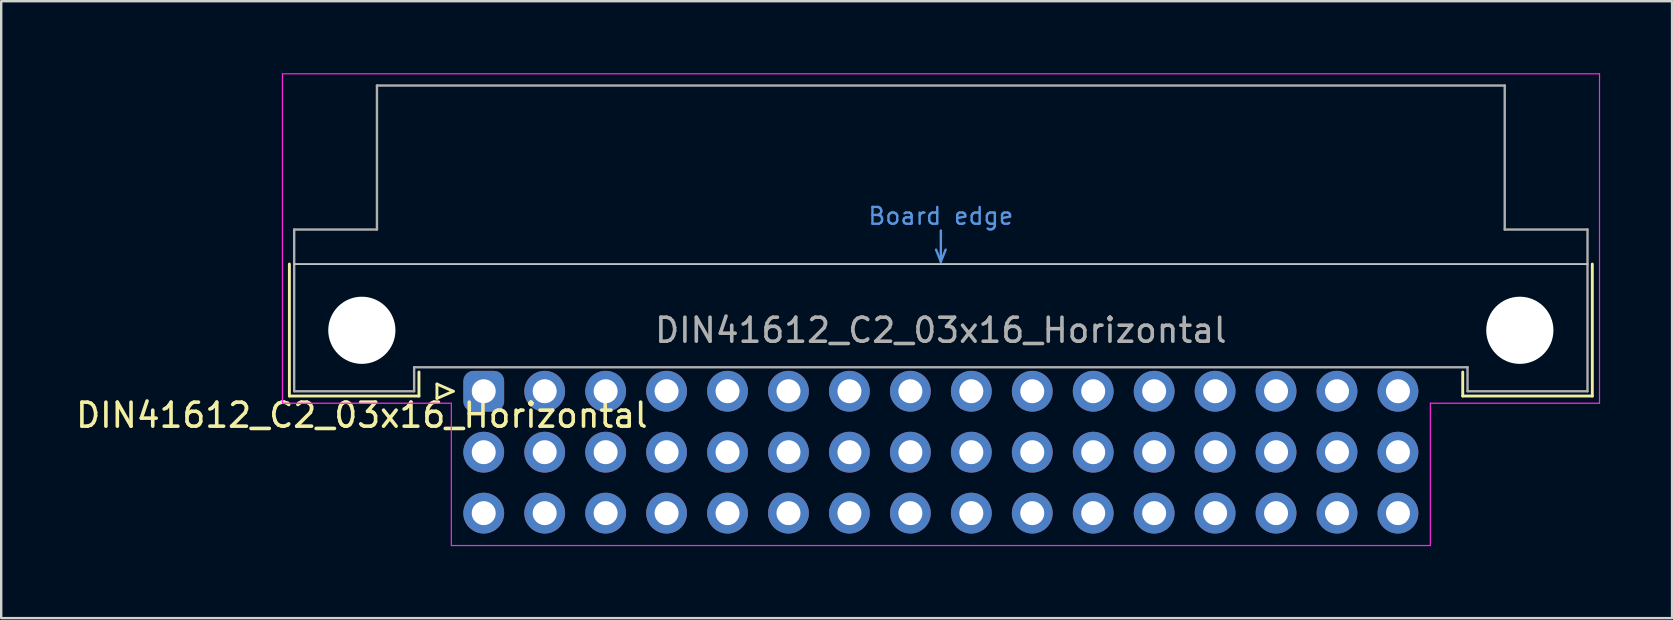
<source format=kicad_pcb>
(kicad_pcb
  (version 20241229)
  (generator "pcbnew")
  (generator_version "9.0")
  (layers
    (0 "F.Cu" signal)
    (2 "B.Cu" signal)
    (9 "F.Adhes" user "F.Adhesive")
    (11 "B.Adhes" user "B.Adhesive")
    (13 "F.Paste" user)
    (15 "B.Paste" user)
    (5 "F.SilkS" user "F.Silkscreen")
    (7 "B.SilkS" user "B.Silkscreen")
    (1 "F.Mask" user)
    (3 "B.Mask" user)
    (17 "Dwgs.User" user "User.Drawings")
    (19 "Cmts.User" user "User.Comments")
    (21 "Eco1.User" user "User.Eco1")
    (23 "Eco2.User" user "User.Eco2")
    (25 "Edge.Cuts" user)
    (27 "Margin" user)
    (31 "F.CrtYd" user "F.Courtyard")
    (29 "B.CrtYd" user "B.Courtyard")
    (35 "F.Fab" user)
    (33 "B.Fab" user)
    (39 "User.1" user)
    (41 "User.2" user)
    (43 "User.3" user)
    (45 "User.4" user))
  (footprint "DIN41612_C2_03x16_Horizontal"
    (layer "F.Cu")
    (at 17.11 13.255)
    (property "Reference" "DIN41612_C2_03x16_Horizontal" (at -5.08 1 0) (layer "F.SilkS") (effects (font (size 1 1) (thickness 0.15))))
    (attr through_hole)
    (fp_line (start -8.1 -5.3) (end -8.1 0.2) (stroke (width 0.12) (type solid)) (layer "F.SilkS"))
    (fp_line (start -8.1 0.2) (end -2.7 0.2) (stroke (width 0.12) (type solid)) (layer "F.SilkS"))
    (fp_line (start -2.7 0.2) (end -2.7 -0.8) (stroke (width 0.12) (type solid)) (layer "F.SilkS"))
    (fp_line (start -1.95 -0.3) (end -1.95 0.3) (stroke (width 0.12) (type solid)) (layer "F.SilkS"))
    (fp_line (start -1.95 0.3) (end -1.27 0) (stroke (width 0.12) (type solid)) (layer "F.SilkS"))
    (fp_line (start -1.27 0) (end -1.95 -0.3) (stroke (width 0.12) (type solid)) (layer "F.SilkS"))
    (fp_line (start 40.8 0.2) (end 40.8 -0.8) (stroke (width 0.12) (type solid)) (layer "F.SilkS"))
    (fp_line (start 46.2 -5.3) (end 46.2 0.2) (stroke (width 0.12) (type solid)) (layer "F.SilkS"))
    (fp_line (start 46.2 0.2) (end 40.8 0.2) (stroke (width 0.12) (type solid)) (layer "F.SilkS"))
    (fp_line (start -7.9 -5.3) (end 46 -5.3) (stroke (width 0.08) (type solid)) (layer "Dwgs.User"))
    (fp_line (start 18.85 -5.9) (end 19.05 -5.4) (stroke (width 0.1) (type solid)) (layer "Cmts.User"))
    (fp_line (start 19.05 -5.4) (end 19.05 -6.7) (stroke (width 0.1) (type solid)) (layer "Cmts.User"))
    (fp_line (start 19.05 -5.4) (end 19.25 -5.9) (stroke (width 0.1) (type solid)) (layer "Cmts.User"))
    (fp_line (start -8.39 -13.23) (end -8.39 0.5) (stroke (width 0.05) (type solid)) (layer "F.CrtYd"))
    (fp_line (start -8.39 0.5) (end -1.35 0.5) (stroke (width 0.05) (type solid)) (layer "F.CrtYd"))
    (fp_line (start -1.35 0.5) (end -1.35 6.43) (stroke (width 0.05) (type solid)) (layer "F.CrtYd"))
    (fp_line (start -1.35 6.43) (end 39.45 6.43) (stroke (width 0.05) (type solid)) (layer "F.CrtYd"))
    (fp_line (start 39.45 0.5) (end 46.5 0.5) (stroke (width 0.05) (type solid)) (layer "F.CrtYd"))
    (fp_line (start 39.45 6.43) (end 39.45 0.5) (stroke (width 0.05) (type solid)) (layer "F.CrtYd"))
    (fp_line (start 46.5 -13.23) (end -8.39 -13.23) (stroke (width 0.05) (type solid)) (layer "F.CrtYd"))
    (fp_line (start 46.5 0.5) (end 46.5 -13.23) (stroke (width 0.05) (type solid)) (layer "F.CrtYd"))
    (fp_line (start -7.9 -6.74) (end -7.9 0) (stroke (width 0.1) (type solid)) (layer "F.Fab"))
    (fp_line (start -7.9 0) (end -2.9 0) (stroke (width 0.1) (type solid)) (layer "F.Fab"))
    (fp_line (start -4.45 -12.74) (end -4.45 -6.74) (stroke (width 0.1) (type solid)) (layer "F.Fab"))
    (fp_line (start -4.45 -6.74) (end -7.9 -6.74) (stroke (width 0.1) (type solid)) (layer "F.Fab"))
    (fp_line (start -2.9 -1) (end 41 -1) (stroke (width 0.1) (type solid)) (layer "F.Fab"))
    (fp_line (start -2.9 0) (end -2.9 -1) (stroke (width 0.1) (type solid)) (layer "F.Fab"))
    (fp_line (start 41 -1) (end 41 0) (stroke (width 0.1) (type solid)) (layer "F.Fab"))
    (fp_line (start 41 0) (end 46 0) (stroke (width 0.1) (type solid)) (layer "F.Fab"))
    (fp_line (start 42.55 -12.74) (end -4.45 -12.74) (stroke (width 0.1) (type solid)) (layer "F.Fab"))
    (fp_line (start 42.55 -6.74) (end 42.55 -12.74) (stroke (width 0.1) (type solid)) (layer "F.Fab"))
    (fp_line (start 46 -6.74) (end 42.55 -6.74) (stroke (width 0.1) (type solid)) (layer "F.Fab"))
    (fp_line (start 46 0) (end 46 -6.74) (stroke (width 0.1) (type solid)) (layer "F.Fab"))
    (fp_text user "Board edge" (at 19.05 -7.3 0) (layer "Cmts.User") (effects (font (size 0.7 0.7) (thickness 0.1))))
    (fp_text user "${REFERENCE}" (at 19.05 -2.54 0) (layer "F.Fab") (effects (font (size 1 1) (thickness 0.15))))
    (pad "" np_thru_hole circle (at -5.08 -2.54) (size 2.8 2.8) (drill 2.8) (layers "*.Cu" "*.Mask"))
    (pad "" np_thru_hole circle (at 43.18 -2.54) (size 2.8 2.8) (drill 2.8) (layers "*.Cu" "*.Mask"))
    (pad "a1" thru_hole roundrect (at 0 0) (size 1.7 1.7) (drill 1) (layers "*.Cu" "*.Mask") (roundrect_rratio 0.25))
    (pad "a2" thru_hole circle (at 2.54 0) (size 1.7 1.7) (drill 1) (layers "*.Cu" "*.Mask"))
    (pad "a3" thru_hole circle (at 5.08 0) (size 1.7 1.7) (drill 1) (layers "*.Cu" "*.Mask"))
    (pad "a4" thru_hole circle (at 7.62 0) (size 1.7 1.7) (drill 1) (layers "*.Cu" "*.Mask"))
    (pad "a5" thru_hole circle (at 10.16 0) (size 1.7 1.7) (drill 1) (layers "*.Cu" "*.Mask"))
    (pad "a6" thru_hole circle (at 12.7 0) (size 1.7 1.7) (drill 1) (layers "*.Cu" "*.Mask"))
    (pad "a7" thru_hole circle (at 15.24 0) (size 1.7 1.7) (drill 1) (layers "*.Cu" "*.Mask"))
    (pad "a8" thru_hole circle (at 17.78 0) (size 1.7 1.7) (drill 1) (layers "*.Cu" "*.Mask"))
    (pad "a9" thru_hole circle (at 20.32 0) (size 1.7 1.7) (drill 1) (layers "*.Cu" "*.Mask"))
    (pad "a10" thru_hole circle (at 22.86 0) (size 1.7 1.7) (drill 1) (layers "*.Cu" "*.Mask"))
    (pad "a11" thru_hole circle (at 25.4 0) (size 1.7 1.7) (drill 1) (layers "*.Cu" "*.Mask"))
    (pad "a12" thru_hole circle (at 27.94 0) (size 1.7 1.7) (drill 1) (layers "*.Cu" "*.Mask"))
    (pad "a13" thru_hole circle (at 30.48 0) (size 1.7 1.7) (drill 1) (layers "*.Cu" "*.Mask"))
    (pad "a14" thru_hole circle (at 33.02 0) (size 1.7 1.7) (drill 1) (layers "*.Cu" "*.Mask"))
    (pad "a15" thru_hole circle (at 35.56 0) (size 1.7 1.7) (drill 1) (layers "*.Cu" "*.Mask"))
    (pad "a16" thru_hole circle (at 38.1 0) (size 1.7 1.7) (drill 1) (layers "*.Cu" "*.Mask"))
    (pad "b1" thru_hole circle (at 0 2.54) (size 1.7 1.7) (drill 1) (layers "*.Cu" "*.Mask"))
    (pad "b2" thru_hole circle (at 2.54 2.54) (size 1.7 1.7) (drill 1) (layers "*.Cu" "*.Mask"))
    (pad "b3" thru_hole circle (at 5.08 2.54) (size 1.7 1.7) (drill 1) (layers "*.Cu" "*.Mask"))
    (pad "b4" thru_hole circle (at 7.62 2.54) (size 1.7 1.7) (drill 1) (layers "*.Cu" "*.Mask"))
    (pad "b5" thru_hole circle (at 10.16 2.54) (size 1.7 1.7) (drill 1) (layers "*.Cu" "*.Mask"))
    (pad "b6" thru_hole circle (at 12.7 2.54) (size 1.7 1.7) (drill 1) (layers "*.Cu" "*.Mask"))
    (pad "b7" thru_hole circle (at 15.24 2.54) (size 1.7 1.7) (drill 1) (layers "*.Cu" "*.Mask"))
    (pad "b8" thru_hole circle (at 17.78 2.54) (size 1.7 1.7) (drill 1) (layers "*.Cu" "*.Mask"))
    (pad "b9" thru_hole circle (at 20.32 2.54) (size 1.7 1.7) (drill 1) (layers "*.Cu" "*.Mask"))
    (pad "b10" thru_hole circle (at 22.86 2.54) (size 1.7 1.7) (drill 1) (layers "*.Cu" "*.Mask"))
    (pad "b11" thru_hole circle (at 25.4 2.54) (size 1.7 1.7) (drill 1) (layers "*.Cu" "*.Mask"))
    (pad "b12" thru_hole circle (at 27.94 2.54) (size 1.7 1.7) (drill 1) (layers "*.Cu" "*.Mask"))
    (pad "b13" thru_hole circle (at 30.48 2.54) (size 1.7 1.7) (drill 1) (layers "*.Cu" "*.Mask"))
    (pad "b14" thru_hole circle (at 33.02 2.54) (size 1.7 1.7) (drill 1) (layers "*.Cu" "*.Mask"))
    (pad "b15" thru_hole circle (at 35.56 2.54) (size 1.7 1.7) (drill 1) (layers "*.Cu" "*.Mask"))
    (pad "b16" thru_hole circle (at 38.1 2.54) (size 1.7 1.7) (drill 1) (layers "*.Cu" "*.Mask"))
    (pad "c1" thru_hole circle (at 0 5.08) (size 1.7 1.7) (drill 1) (layers "*.Cu" "*.Mask"))
    (pad "c2" thru_hole circle (at 2.54 5.08) (size 1.7 1.7) (drill 1) (layers "*.Cu" "*.Mask"))
    (pad "c3" thru_hole circle (at 5.08 5.08) (size 1.7 1.7) (drill 1) (layers "*.Cu" "*.Mask"))
    (pad "c4" thru_hole circle (at 7.62 5.08) (size 1.7 1.7) (drill 1) (layers "*.Cu" "*.Mask"))
    (pad "c5" thru_hole circle (at 10.16 5.08) (size 1.7 1.7) (drill 1) (layers "*.Cu" "*.Mask"))
    (pad "c6" thru_hole circle (at 12.7 5.08) (size 1.7 1.7) (drill 1) (layers "*.Cu" "*.Mask"))
    (pad "c7" thru_hole circle (at 15.24 5.08) (size 1.7 1.7) (drill 1) (layers "*.Cu" "*.Mask"))
    (pad "c8" thru_hole circle (at 17.78 5.08) (size 1.7 1.7) (drill 1) (layers "*.Cu" "*.Mask"))
    (pad "c9" thru_hole circle (at 20.32 5.08) (size 1.7 1.7) (drill 1) (layers "*.Cu" "*.Mask"))
    (pad "c10" thru_hole circle (at 22.86 5.08) (size 1.7 1.7) (drill 1) (layers "*.Cu" "*.Mask"))
    (pad "c11" thru_hole circle (at 25.4 5.08) (size 1.7 1.7) (drill 1) (layers "*.Cu" "*.Mask"))
    (pad "c12" thru_hole circle (at 27.94 5.08) (size 1.7 1.7) (drill 1) (layers "*.Cu" "*.Mask"))
    (pad "c13" thru_hole circle (at 30.48 5.08) (size 1.7 1.7) (drill 1) (layers "*.Cu" "*.Mask"))
    (pad "c14" thru_hole circle (at 33.02 5.08) (size 1.7 1.7) (drill 1) (layers "*.Cu" "*.Mask"))
    (pad "c15" thru_hole circle (at 35.56 5.08) (size 1.7 1.7) (drill 1) (layers "*.Cu" "*.Mask"))
    (pad "c16" thru_hole circle (at 38.1 5.08) (size 1.7 1.7) (drill 1) (layers "*.Cu" "*.Mask")))
  (gr_rect
    (start -3 -3)
    (end 66.635 22.71)
    (stroke (width 0.1) (type default))
    (fill no)
    (layer "Edge.Cuts")))
</source>
